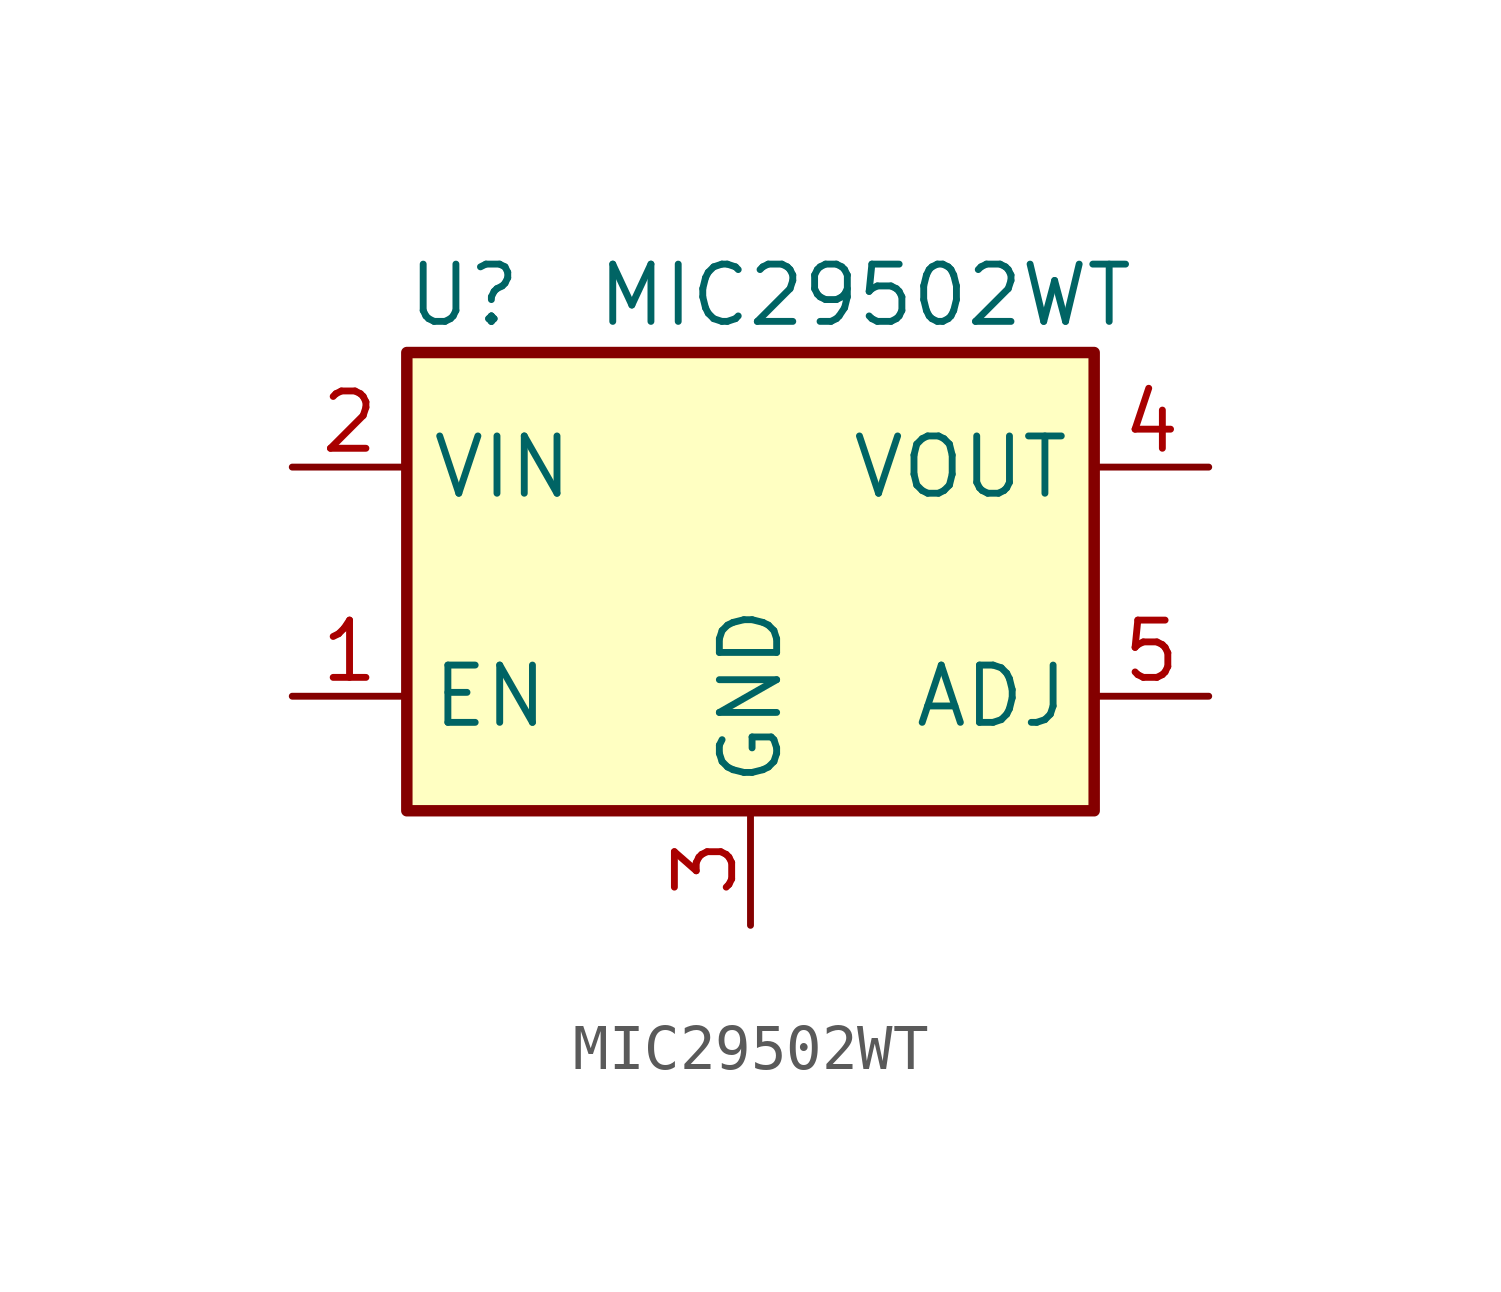
<source format=kicad_sym>
(kicad_symbol_lib
  (version 20231120)
  (generator "kicad_symbol_editor")
  (generator_version "8.0")
  (symbol "MIC29502WT"
    (property "Reference" "U"
      (at -6.35 6.35 0)
      (effects (font (size 1.27 1.27))))
    (property "Value" "MIC29502WT"
      (at 2.54 6.35 0)
      (effects (font (size 1.27 1.27))))
    (symbol "MIC29502WT_1_1"
      (rectangle (start -7.62 5.08) (end 7.62 -5.08) (stroke (width 0.254) (type solid)) (fill (type background)))
      (pin input line (at -10.16 -2.54 0) (length 2.54) (name "EN" (effects (font (size 1.27 1.27)))) (number "1" (effects (font (size 1.27 1.27)))))
      (pin power_in line (at -10.16 2.54 0) (length 2.54) (name "VIN" (effects (font (size 1.27 1.27)))) (number "2" (effects (font (size 1.27 1.27)))))
      (pin power_in line (at 0 -7.62 90) (length 2.54) (name "GND" (effects (font (size 1.27 1.27)))) (number "3" (effects (font (size 1.27 1.27)))))
      (pin power_out line (at 10.16 2.54 180) (length 2.54) (name "VOUT" (effects (font (size 1.27 1.27)))) (number "4" (effects (font (size 1.27 1.27)))))
      (pin input line (at 10.16 -2.54 180) (length 2.54) (name "ADJ" (effects (font (size 1.27 1.27)))) (number "5" (effects (font (size 1.27 1.27))))))))
</source>
